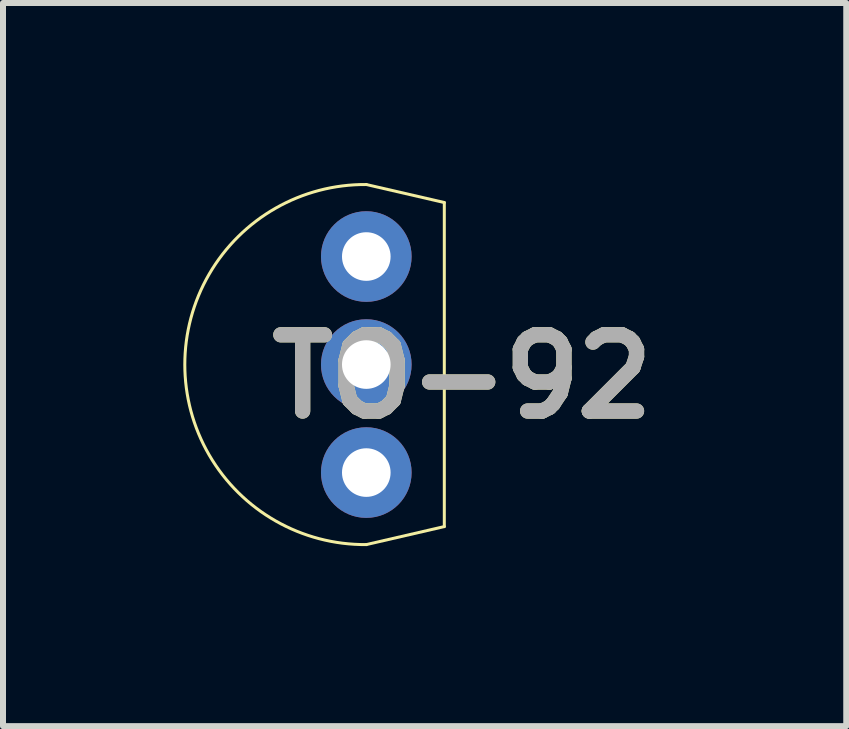
<source format=kicad_pcb>
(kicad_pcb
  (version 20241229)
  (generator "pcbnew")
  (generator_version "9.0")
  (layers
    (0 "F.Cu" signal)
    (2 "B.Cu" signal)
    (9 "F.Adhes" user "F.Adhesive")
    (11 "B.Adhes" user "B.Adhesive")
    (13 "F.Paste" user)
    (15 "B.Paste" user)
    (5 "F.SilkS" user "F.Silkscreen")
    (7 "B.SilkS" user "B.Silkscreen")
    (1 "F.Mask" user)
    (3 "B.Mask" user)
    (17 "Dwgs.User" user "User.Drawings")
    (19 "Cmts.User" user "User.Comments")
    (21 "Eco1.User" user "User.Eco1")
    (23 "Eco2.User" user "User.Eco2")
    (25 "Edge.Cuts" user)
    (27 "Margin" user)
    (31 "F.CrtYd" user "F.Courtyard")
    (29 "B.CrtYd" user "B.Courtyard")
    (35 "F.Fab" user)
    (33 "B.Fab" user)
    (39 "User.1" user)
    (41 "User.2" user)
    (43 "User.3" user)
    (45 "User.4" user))
  (footprint "TO-92"
    (layer "F.Cu")
    (at 3.054 3.025)
    (property "Reference" "TO-92" (at 1.6 0.2 0) (layer "F.SilkS") (effects (font (size 1.27 1.27) (thickness 0.254))))
    (attr through_hole)
    (fp_line (start 0 -3) (end 1.3 -2.7) (stroke (width 0.05) (type solid)) (layer "F.SilkS"))
    (fp_line (start 1.3 -2.7) (end 1.3 2.7) (stroke (width 0.05) (type solid)) (layer "F.SilkS"))
    (fp_line (start 1.3 2.7) (end 0 3) (stroke (width 0.05) (type solid)) (layer "F.SilkS"))
    (fp_arc (start 0.000528 2.999995) (mid -3.028671 0.000264) (end 0 -3) (stroke (width 0.05) (type solid)) (layer "F.SilkS"))
    (fp_text user "${REFERENCE}" (at 1.6 0.2 0) (layer "F.Fab") (effects (font (size 1.27 1.27) (thickness 0.254))))
    (pad "1" thru_hole circle (at 0 1.8) (size 1.51 1.51) (drill 0.81) (layers "*.Cu" "*.Mask"))
    (pad "2" thru_hole circle (at 0 0) (size 1.51 1.51) (drill 0.81) (layers "*.Cu" "*.Mask"))
    (pad "3" thru_hole circle (at 0 -1.8) (size 1.51 1.51) (drill 0.81) (layers "*.Cu" "*.Mask")))
  (gr_rect
    (start -3 -3)
    (end 11.052 9.05)
    (stroke (width 0.1) (type default))
    (fill no)
    (layer "Edge.Cuts")))
</source>
